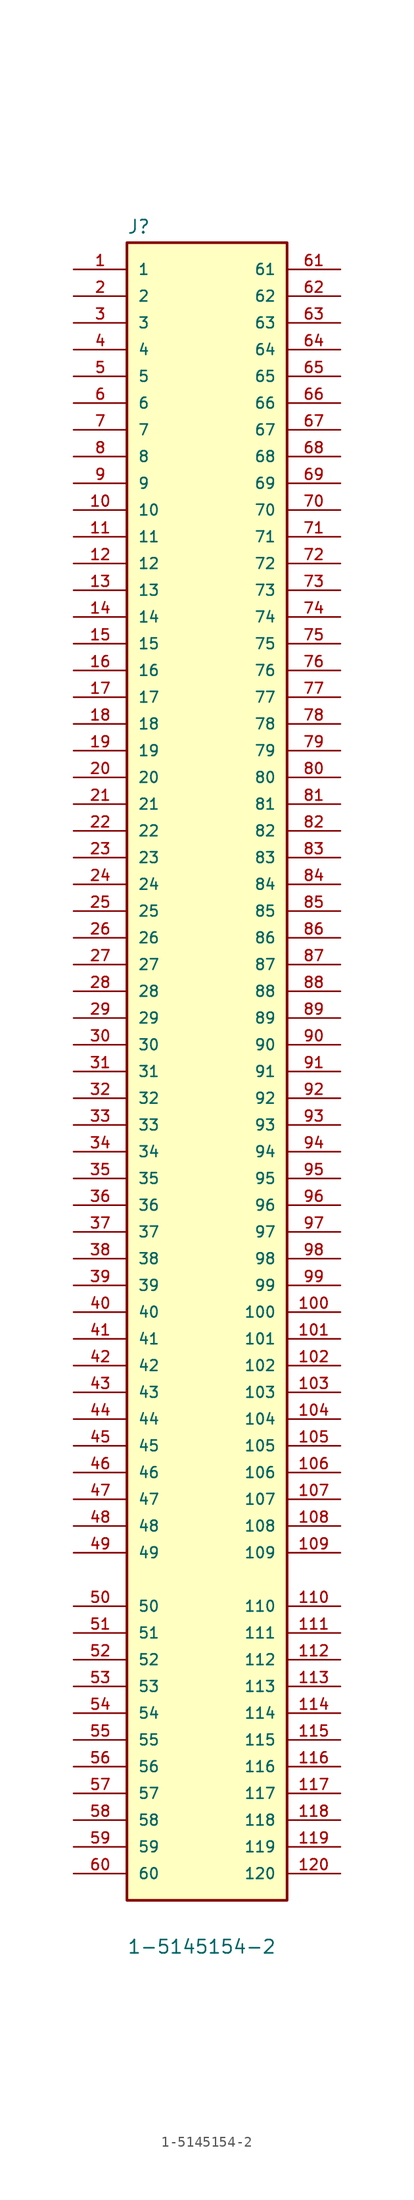
<source format=kicad_sym>
(kicad_symbol_lib
  (version 20211014)
  (generator kicad_symbol_editor)
  (symbol "1-5145154-2"
    (pin_names
      (offset 1.016))
    (property "Reference" "J"
      (at -7.62 79.502 0)
      (effects (font (size 1.27 1.27)) (justify left bottom)))
    (property "Value" "1-5145154-2"
      (at -7.62 -83.896 0)
      (effects (font (size 1.27 1.27)) (justify left bottom)))
    (property "ki_locked" ""
      (at 0 0 0)
      (effects (font (size 1.27 1.27))))
    (symbol "1-5145154-2_0_0"
      (rectangle (start -7.62 -78.74) (end 7.62 78.74) (stroke (width 0.254) (type default) (color 0 0 0 0)) (fill (type background)))
      (pin passive line (at -12.7 76.2 0) (length 5.08) (name "1" (effects (font (size 1.016 1.016)))) (number "1" (effects (font (size 1.016 1.016)))))
      (pin passive line (at -12.7 53.34 0) (length 5.08) (name "10" (effects (font (size 1.016 1.016)))) (number "10" (effects (font (size 1.016 1.016)))))
      (pin passive line (at 12.7 -22.86 180) (length 5.08) (name "100" (effects (font (size 1.016 1.016)))) (number "100" (effects (font (size 1.016 1.016)))))
      (pin passive line (at 12.7 -25.4 180) (length 5.08) (name "101" (effects (font (size 1.016 1.016)))) (number "101" (effects (font (size 1.016 1.016)))))
      (pin passive line (at 12.7 -27.94 180) (length 5.08) (name "102" (effects (font (size 1.016 1.016)))) (number "102" (effects (font (size 1.016 1.016)))))
      (pin passive line (at 12.7 -30.48 180) (length 5.08) (name "103" (effects (font (size 1.016 1.016)))) (number "103" (effects (font (size 1.016 1.016)))))
      (pin passive line (at 12.7 -33.02 180) (length 5.08) (name "104" (effects (font (size 1.016 1.016)))) (number "104" (effects (font (size 1.016 1.016)))))
      (pin passive line (at 12.7 -35.56 180) (length 5.08) (name "105" (effects (font (size 1.016 1.016)))) (number "105" (effects (font (size 1.016 1.016)))))
      (pin passive line (at 12.7 -38.1 180) (length 5.08) (name "106" (effects (font (size 1.016 1.016)))) (number "106" (effects (font (size 1.016 1.016)))))
      (pin passive line (at 12.7 -40.64 180) (length 5.08) (name "107" (effects (font (size 1.016 1.016)))) (number "107" (effects (font (size 1.016 1.016)))))
      (pin passive line (at 12.7 -43.18 180) (length 5.08) (name "108" (effects (font (size 1.016 1.016)))) (number "108" (effects (font (size 1.016 1.016)))))
      (pin passive line (at 12.7 -45.72 180) (length 5.08) (name "109" (effects (font (size 1.016 1.016)))) (number "109" (effects (font (size 1.016 1.016)))))
      (pin passive line (at -12.7 50.8 0) (length 5.08) (name "11" (effects (font (size 1.016 1.016)))) (number "11" (effects (font (size 1.016 1.016)))))
      (pin passive line (at 12.7 -50.8 180) (length 5.08) (name "110" (effects (font (size 1.016 1.016)))) (number "110" (effects (font (size 1.016 1.016)))))
      (pin passive line (at 12.7 -53.34 180) (length 5.08) (name "111" (effects (font (size 1.016 1.016)))) (number "111" (effects (font (size 1.016 1.016)))))
      (pin passive line (at 12.7 -55.88 180) (length 5.08) (name "112" (effects (font (size 1.016 1.016)))) (number "112" (effects (font (size 1.016 1.016)))))
      (pin passive line (at 12.7 -58.42 180) (length 5.08) (name "113" (effects (font (size 1.016 1.016)))) (number "113" (effects (font (size 1.016 1.016)))))
      (pin passive line (at 12.7 -60.96 180) (length 5.08) (name "114" (effects (font (size 1.016 1.016)))) (number "114" (effects (font (size 1.016 1.016)))))
      (pin passive line (at 12.7 -63.5 180) (length 5.08) (name "115" (effects (font (size 1.016 1.016)))) (number "115" (effects (font (size 1.016 1.016)))))
      (pin passive line (at 12.7 -66.04 180) (length 5.08) (name "116" (effects (font (size 1.016 1.016)))) (number "116" (effects (font (size 1.016 1.016)))))
      (pin passive line (at 12.7 -68.58 180) (length 5.08) (name "117" (effects (font (size 1.016 1.016)))) (number "117" (effects (font (size 1.016 1.016)))))
      (pin passive line (at 12.7 -71.12 180) (length 5.08) (name "118" (effects (font (size 1.016 1.016)))) (number "118" (effects (font (size 1.016 1.016)))))
      (pin passive line (at 12.7 -73.66 180) (length 5.08) (name "119" (effects (font (size 1.016 1.016)))) (number "119" (effects (font (size 1.016 1.016)))))
      (pin passive line (at -12.7 48.26 0) (length 5.08) (name "12" (effects (font (size 1.016 1.016)))) (number "12" (effects (font (size 1.016 1.016)))))
      (pin passive line (at 12.7 -76.2 180) (length 5.08) (name "120" (effects (font (size 1.016 1.016)))) (number "120" (effects (font (size 1.016 1.016)))))
      (pin passive line (at -12.7 45.72 0) (length 5.08) (name "13" (effects (font (size 1.016 1.016)))) (number "13" (effects (font (size 1.016 1.016)))))
      (pin passive line (at -12.7 43.18 0) (length 5.08) (name "14" (effects (font (size 1.016 1.016)))) (number "14" (effects (font (size 1.016 1.016)))))
      (pin passive line (at -12.7 40.64 0) (length 5.08) (name "15" (effects (font (size 1.016 1.016)))) (number "15" (effects (font (size 1.016 1.016)))))
      (pin passive line (at -12.7 38.1 0) (length 5.08) (name "16" (effects (font (size 1.016 1.016)))) (number "16" (effects (font (size 1.016 1.016)))))
      (pin passive line (at -12.7 35.56 0) (length 5.08) (name "17" (effects (font (size 1.016 1.016)))) (number "17" (effects (font (size 1.016 1.016)))))
      (pin passive line (at -12.7 33.02 0) (length 5.08) (name "18" (effects (font (size 1.016 1.016)))) (number "18" (effects (font (size 1.016 1.016)))))
      (pin passive line (at -12.7 30.48 0) (length 5.08) (name "19" (effects (font (size 1.016 1.016)))) (number "19" (effects (font (size 1.016 1.016)))))
      (pin passive line (at -12.7 73.66 0) (length 5.08) (name "2" (effects (font (size 1.016 1.016)))) (number "2" (effects (font (size 1.016 1.016)))))
      (pin passive line (at -12.7 27.94 0) (length 5.08) (name "20" (effects (font (size 1.016 1.016)))) (number "20" (effects (font (size 1.016 1.016)))))
      (pin passive line (at -12.7 25.4 0) (length 5.08) (name "21" (effects (font (size 1.016 1.016)))) (number "21" (effects (font (size 1.016 1.016)))))
      (pin passive line (at -12.7 22.86 0) (length 5.08) (name "22" (effects (font (size 1.016 1.016)))) (number "22" (effects (font (size 1.016 1.016)))))
      (pin passive line (at -12.7 20.32 0) (length 5.08) (name "23" (effects (font (size 1.016 1.016)))) (number "23" (effects (font (size 1.016 1.016)))))
      (pin passive line (at -12.7 17.78 0) (length 5.08) (name "24" (effects (font (size 1.016 1.016)))) (number "24" (effects (font (size 1.016 1.016)))))
      (pin passive line (at -12.7 15.24 0) (length 5.08) (name "25" (effects (font (size 1.016 1.016)))) (number "25" (effects (font (size 1.016 1.016)))))
      (pin passive line (at -12.7 12.7 0) (length 5.08) (name "26" (effects (font (size 1.016 1.016)))) (number "26" (effects (font (size 1.016 1.016)))))
      (pin passive line (at -12.7 10.16 0) (length 5.08) (name "27" (effects (font (size 1.016 1.016)))) (number "27" (effects (font (size 1.016 1.016)))))
      (pin passive line (at -12.7 7.62 0) (length 5.08) (name "28" (effects (font (size 1.016 1.016)))) (number "28" (effects (font (size 1.016 1.016)))))
      (pin passive line (at -12.7 5.08 0) (length 5.08) (name "29" (effects (font (size 1.016 1.016)))) (number "29" (effects (font (size 1.016 1.016)))))
      (pin passive line (at -12.7 71.12 0) (length 5.08) (name "3" (effects (font (size 1.016 1.016)))) (number "3" (effects (font (size 1.016 1.016)))))
      (pin passive line (at -12.7 2.54 0) (length 5.08) (name "30" (effects (font (size 1.016 1.016)))) (number "30" (effects (font (size 1.016 1.016)))))
      (pin passive line (at -12.7 0 0) (length 5.08) (name "31" (effects (font (size 1.016 1.016)))) (number "31" (effects (font (size 1.016 1.016)))))
      (pin passive line (at -12.7 -2.54 0) (length 5.08) (name "32" (effects (font (size 1.016 1.016)))) (number "32" (effects (font (size 1.016 1.016)))))
      (pin passive line (at -12.7 -5.08 0) (length 5.08) (name "33" (effects (font (size 1.016 1.016)))) (number "33" (effects (font (size 1.016 1.016)))))
      (pin passive line (at -12.7 -7.62 0) (length 5.08) (name "34" (effects (font (size 1.016 1.016)))) (number "34" (effects (font (size 1.016 1.016)))))
      (pin passive line (at -12.7 -10.16 0) (length 5.08) (name "35" (effects (font (size 1.016 1.016)))) (number "35" (effects (font (size 1.016 1.016)))))
      (pin passive line (at -12.7 -12.7 0) (length 5.08) (name "36" (effects (font (size 1.016 1.016)))) (number "36" (effects (font (size 1.016 1.016)))))
      (pin passive line (at -12.7 -15.24 0) (length 5.08) (name "37" (effects (font (size 1.016 1.016)))) (number "37" (effects (font (size 1.016 1.016)))))
      (pin passive line (at -12.7 -17.78 0) (length 5.08) (name "38" (effects (font (size 1.016 1.016)))) (number "38" (effects (font (size 1.016 1.016)))))
      (pin passive line (at -12.7 -20.32 0) (length 5.08) (name "39" (effects (font (size 1.016 1.016)))) (number "39" (effects (font (size 1.016 1.016)))))
      (pin passive line (at -12.7 68.58 0) (length 5.08) (name "4" (effects (font (size 1.016 1.016)))) (number "4" (effects (font (size 1.016 1.016)))))
      (pin passive line (at -12.7 -22.86 0) (length 5.08) (name "40" (effects (font (size 1.016 1.016)))) (number "40" (effects (font (size 1.016 1.016)))))
      (pin passive line (at -12.7 -25.4 0) (length 5.08) (name "41" (effects (font (size 1.016 1.016)))) (number "41" (effects (font (size 1.016 1.016)))))
      (pin passive line (at -12.7 -27.94 0) (length 5.08) (name "42" (effects (font (size 1.016 1.016)))) (number "42" (effects (font (size 1.016 1.016)))))
      (pin passive line (at -12.7 -30.48 0) (length 5.08) (name "43" (effects (font (size 1.016 1.016)))) (number "43" (effects (font (size 1.016 1.016)))))
      (pin passive line (at -12.7 -33.02 0) (length 5.08) (name "44" (effects (font (size 1.016 1.016)))) (number "44" (effects (font (size 1.016 1.016)))))
      (pin passive line (at -12.7 -35.56 0) (length 5.08) (name "45" (effects (font (size 1.016 1.016)))) (number "45" (effects (font (size 1.016 1.016)))))
      (pin passive line (at -12.7 -38.1 0) (length 5.08) (name "46" (effects (font (size 1.016 1.016)))) (number "46" (effects (font (size 1.016 1.016)))))
      (pin passive line (at -12.7 -40.64 0) (length 5.08) (name "47" (effects (font (size 1.016 1.016)))) (number "47" (effects (font (size 1.016 1.016)))))
      (pin passive line (at -12.7 -43.18 0) (length 5.08) (name "48" (effects (font (size 1.016 1.016)))) (number "48" (effects (font (size 1.016 1.016)))))
      (pin passive line (at -12.7 -45.72 0) (length 5.08) (name "49" (effects (font (size 1.016 1.016)))) (number "49" (effects (font (size 1.016 1.016)))))
      (pin passive line (at -12.7 66.04 0) (length 5.08) (name "5" (effects (font (size 1.016 1.016)))) (number "5" (effects (font (size 1.016 1.016)))))
      (pin passive line (at -12.7 -50.8 0) (length 5.08) (name "50" (effects (font (size 1.016 1.016)))) (number "50" (effects (font (size 1.016 1.016)))))
      (pin passive line (at -12.7 -53.34 0) (length 5.08) (name "51" (effects (font (size 1.016 1.016)))) (number "51" (effects (font (size 1.016 1.016)))))
      (pin passive line (at -12.7 -55.88 0) (length 5.08) (name "52" (effects (font (size 1.016 1.016)))) (number "52" (effects (font (size 1.016 1.016)))))
      (pin passive line (at -12.7 -58.42 0) (length 5.08) (name "53" (effects (font (size 1.016 1.016)))) (number "53" (effects (font (size 1.016 1.016)))))
      (pin passive line (at -12.7 -60.96 0) (length 5.08) (name "54" (effects (font (size 1.016 1.016)))) (number "54" (effects (font (size 1.016 1.016)))))
      (pin passive line (at -12.7 -63.5 0) (length 5.08) (name "55" (effects (font (size 1.016 1.016)))) (number "55" (effects (font (size 1.016 1.016)))))
      (pin passive line (at -12.7 -66.04 0) (length 5.08) (name "56" (effects (font (size 1.016 1.016)))) (number "56" (effects (font (size 1.016 1.016)))))
      (pin passive line (at -12.7 -68.58 0) (length 5.08) (name "57" (effects (font (size 1.016 1.016)))) (number "57" (effects (font (size 1.016 1.016)))))
      (pin passive line (at -12.7 -71.12 0) (length 5.08) (name "58" (effects (font (size 1.016 1.016)))) (number "58" (effects (font (size 1.016 1.016)))))
      (pin passive line (at -12.7 -73.66 0) (length 5.08) (name "59" (effects (font (size 1.016 1.016)))) (number "59" (effects (font (size 1.016 1.016)))))
      (pin passive line (at -12.7 63.5 0) (length 5.08) (name "6" (effects (font (size 1.016 1.016)))) (number "6" (effects (font (size 1.016 1.016)))))
      (pin passive line (at -12.7 -76.2 0) (length 5.08) (name "60" (effects (font (size 1.016 1.016)))) (number "60" (effects (font (size 1.016 1.016)))))
      (pin passive line (at 12.7 76.2 180) (length 5.08) (name "61" (effects (font (size 1.016 1.016)))) (number "61" (effects (font (size 1.016 1.016)))))
      (pin passive line (at 12.7 73.66 180) (length 5.08) (name "62" (effects (font (size 1.016 1.016)))) (number "62" (effects (font (size 1.016 1.016)))))
      (pin passive line (at 12.7 71.12 180) (length 5.08) (name "63" (effects (font (size 1.016 1.016)))) (number "63" (effects (font (size 1.016 1.016)))))
      (pin passive line (at 12.7 68.58 180) (length 5.08) (name "64" (effects (font (size 1.016 1.016)))) (number "64" (effects (font (size 1.016 1.016)))))
      (pin passive line (at 12.7 66.04 180) (length 5.08) (name "65" (effects (font (size 1.016 1.016)))) (number "65" (effects (font (size 1.016 1.016)))))
      (pin passive line (at 12.7 63.5 180) (length 5.08) (name "66" (effects (font (size 1.016 1.016)))) (number "66" (effects (font (size 1.016 1.016)))))
      (pin passive line (at 12.7 60.96 180) (length 5.08) (name "67" (effects (font (size 1.016 1.016)))) (number "67" (effects (font (size 1.016 1.016)))))
      (pin passive line (at 12.7 58.42 180) (length 5.08) (name "68" (effects (font (size 1.016 1.016)))) (number "68" (effects (font (size 1.016 1.016)))))
      (pin passive line (at 12.7 55.88 180) (length 5.08) (name "69" (effects (font (size 1.016 1.016)))) (number "69" (effects (font (size 1.016 1.016)))))
      (pin passive line (at -12.7 60.96 0) (length 5.08) (name "7" (effects (font (size 1.016 1.016)))) (number "7" (effects (font (size 1.016 1.016)))))
      (pin passive line (at 12.7 53.34 180) (length 5.08) (name "70" (effects (font (size 1.016 1.016)))) (number "70" (effects (font (size 1.016 1.016)))))
      (pin passive line (at 12.7 50.8 180) (length 5.08) (name "71" (effects (font (size 1.016 1.016)))) (number "71" (effects (font (size 1.016 1.016)))))
      (pin passive line (at 12.7 48.26 180) (length 5.08) (name "72" (effects (font (size 1.016 1.016)))) (number "72" (effects (font (size 1.016 1.016)))))
      (pin passive line (at 12.7 45.72 180) (length 5.08) (name "73" (effects (font (size 1.016 1.016)))) (number "73" (effects (font (size 1.016 1.016)))))
      (pin passive line (at 12.7 43.18 180) (length 5.08) (name "74" (effects (font (size 1.016 1.016)))) (number "74" (effects (font (size 1.016 1.016)))))
      (pin passive line (at 12.7 40.64 180) (length 5.08) (name "75" (effects (font (size 1.016 1.016)))) (number "75" (effects (font (size 1.016 1.016)))))
      (pin passive line (at 12.7 38.1 180) (length 5.08) (name "76" (effects (font (size 1.016 1.016)))) (number "76" (effects (font (size 1.016 1.016)))))
      (pin passive line (at 12.7 35.56 180) (length 5.08) (name "77" (effects (font (size 1.016 1.016)))) (number "77" (effects (font (size 1.016 1.016)))))
      (pin passive line (at 12.7 33.02 180) (length 5.08) (name "78" (effects (font (size 1.016 1.016)))) (number "78" (effects (font (size 1.016 1.016)))))
      (pin passive line (at 12.7 30.48 180) (length 5.08) (name "79" (effects (font (size 1.016 1.016)))) (number "79" (effects (font (size 1.016 1.016)))))
      (pin passive line (at -12.7 58.42 0) (length 5.08) (name "8" (effects (font (size 1.016 1.016)))) (number "8" (effects (font (size 1.016 1.016)))))
      (pin passive line (at 12.7 27.94 180) (length 5.08) (name "80" (effects (font (size 1.016 1.016)))) (number "80" (effects (font (size 1.016 1.016)))))
      (pin passive line (at 12.7 25.4 180) (length 5.08) (name "81" (effects (font (size 1.016 1.016)))) (number "81" (effects (font (size 1.016 1.016)))))
      (pin passive line (at 12.7 22.86 180) (length 5.08) (name "82" (effects (font (size 1.016 1.016)))) (number "82" (effects (font (size 1.016 1.016)))))
      (pin passive line (at 12.7 20.32 180) (length 5.08) (name "83" (effects (font (size 1.016 1.016)))) (number "83" (effects (font (size 1.016 1.016)))))
      (pin passive line (at 12.7 17.78 180) (length 5.08) (name "84" (effects (font (size 1.016 1.016)))) (number "84" (effects (font (size 1.016 1.016)))))
      (pin passive line (at 12.7 15.24 180) (length 5.08) (name "85" (effects (font (size 1.016 1.016)))) (number "85" (effects (font (size 1.016 1.016)))))
      (pin passive line (at 12.7 12.7 180) (length 5.08) (name "86" (effects (font (size 1.016 1.016)))) (number "86" (effects (font (size 1.016 1.016)))))
      (pin passive line (at 12.7 10.16 180) (length 5.08) (name "87" (effects (font (size 1.016 1.016)))) (number "87" (effects (font (size 1.016 1.016)))))
      (pin passive line (at 12.7 7.62 180) (length 5.08) (name "88" (effects (font (size 1.016 1.016)))) (number "88" (effects (font (size 1.016 1.016)))))
      (pin passive line (at 12.7 5.08 180) (length 5.08) (name "89" (effects (font (size 1.016 1.016)))) (number "89" (effects (font (size 1.016 1.016)))))
      (pin passive line (at -12.7 55.88 0) (length 5.08) (name "9" (effects (font (size 1.016 1.016)))) (number "9" (effects (font (size 1.016 1.016)))))
      (pin passive line (at 12.7 2.54 180) (length 5.08) (name "90" (effects (font (size 1.016 1.016)))) (number "90" (effects (font (size 1.016 1.016)))))
      (pin passive line (at 12.7 0 180) (length 5.08) (name "91" (effects (font (size 1.016 1.016)))) (number "91" (effects (font (size 1.016 1.016)))))
      (pin passive line (at 12.7 -2.54 180) (length 5.08) (name "92" (effects (font (size 1.016 1.016)))) (number "92" (effects (font (size 1.016 1.016)))))
      (pin passive line (at 12.7 -5.08 180) (length 5.08) (name "93" (effects (font (size 1.016 1.016)))) (number "93" (effects (font (size 1.016 1.016)))))
      (pin passive line (at 12.7 -7.62 180) (length 5.08) (name "94" (effects (font (size 1.016 1.016)))) (number "94" (effects (font (size 1.016 1.016)))))
      (pin passive line (at 12.7 -10.16 180) (length 5.08) (name "95" (effects (font (size 1.016 1.016)))) (number "95" (effects (font (size 1.016 1.016)))))
      (pin passive line (at 12.7 -12.7 180) (length 5.08) (name "96" (effects (font (size 1.016 1.016)))) (number "96" (effects (font (size 1.016 1.016)))))
      (pin passive line (at 12.7 -15.24 180) (length 5.08) (name "97" (effects (font (size 1.016 1.016)))) (number "97" (effects (font (size 1.016 1.016)))))
      (pin passive line (at 12.7 -17.78 180) (length 5.08) (name "98" (effects (font (size 1.016 1.016)))) (number "98" (effects (font (size 1.016 1.016)))))
      (pin passive line (at 12.7 -20.32 180) (length 5.08) (name "99" (effects (font (size 1.016 1.016)))) (number "99" (effects (font (size 1.016 1.016))))))))
</source>
